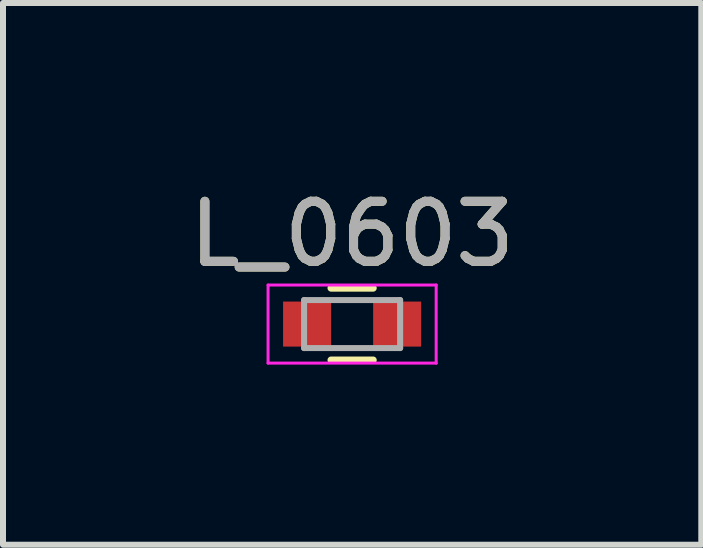
<source format=kicad_pcb>
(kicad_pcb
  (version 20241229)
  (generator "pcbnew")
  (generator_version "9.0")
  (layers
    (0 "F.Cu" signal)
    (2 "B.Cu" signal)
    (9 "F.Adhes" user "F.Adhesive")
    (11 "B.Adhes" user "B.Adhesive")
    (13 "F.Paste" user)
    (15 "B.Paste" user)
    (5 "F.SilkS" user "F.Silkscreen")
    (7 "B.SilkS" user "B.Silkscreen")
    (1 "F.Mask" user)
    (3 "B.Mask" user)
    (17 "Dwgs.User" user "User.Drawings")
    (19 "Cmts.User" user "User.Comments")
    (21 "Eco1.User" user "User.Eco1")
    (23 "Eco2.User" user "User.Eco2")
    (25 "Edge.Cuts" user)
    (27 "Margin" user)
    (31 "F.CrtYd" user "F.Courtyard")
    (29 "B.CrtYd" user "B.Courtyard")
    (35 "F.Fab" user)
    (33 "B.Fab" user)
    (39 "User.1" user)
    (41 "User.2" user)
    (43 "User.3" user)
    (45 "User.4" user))
  (footprint "L_0603"
    (layer "F.Cu")
    (at 2.815 2.348)
    (property "Reference" "L_0603" (at 0 -1.5 0) (layer "F.SilkS") (effects (font (size 1 1) (thickness 0.15))))
    (attr smd)
    (fp_line (start -0.35 -0.6) (end 0.35 -0.6) (stroke (width 0.12) (type solid)) (layer "F.SilkS"))
    (fp_line (start 0.35 0.6) (end -0.35 0.6) (stroke (width 0.12) (type solid)) (layer "F.SilkS"))
    (fp_line (start -1.4 -0.65) (end -1.4 0.65) (stroke (width 0.05) (type solid)) (layer "F.CrtYd"))
    (fp_line (start -1.4 -0.65) (end 1.4 -0.65) (stroke (width 0.05) (type solid)) (layer "F.CrtYd"))
    (fp_line (start 1.4 0.65) (end -1.4 0.65) (stroke (width 0.05) (type solid)) (layer "F.CrtYd"))
    (fp_line (start 1.4 0.65) (end 1.4 -0.65) (stroke (width 0.05) (type solid)) (layer "F.CrtYd"))
    (fp_line (start -0.8 -0.4) (end 0.8 -0.4) (stroke (width 0.1) (type solid)) (layer "F.Fab"))
    (fp_line (start -0.8 0.4) (end -0.8 -0.4) (stroke (width 0.1) (type solid)) (layer "F.Fab"))
    (fp_line (start 0.8 -0.4) (end 0.8 0.4) (stroke (width 0.1) (type solid)) (layer "F.Fab"))
    (fp_line (start 0.8 0.4) (end -0.8 0.4) (stroke (width 0.1) (type solid)) (layer "F.Fab"))
    (fp_text user "${REFERENCE}" (at 0 -1.5 0) (layer "F.Fab") (effects (font (size 1 1) (thickness 0.15))))
    (pad "1" smd rect (at -0.75 0) (size 0.8 0.75) (layers "F.Cu" "F.Mask" "F.Paste"))
    (pad "2" smd rect (at 0.75 0) (size 0.8 0.75) (layers "F.Cu" "F.Mask" "F.Paste")))
  (gr_rect
    (start -3 -3)
    (end 8.631 6.023)
    (stroke (width 0.1) (type default))
    (fill no)
    (layer "Edge.Cuts")))
</source>
